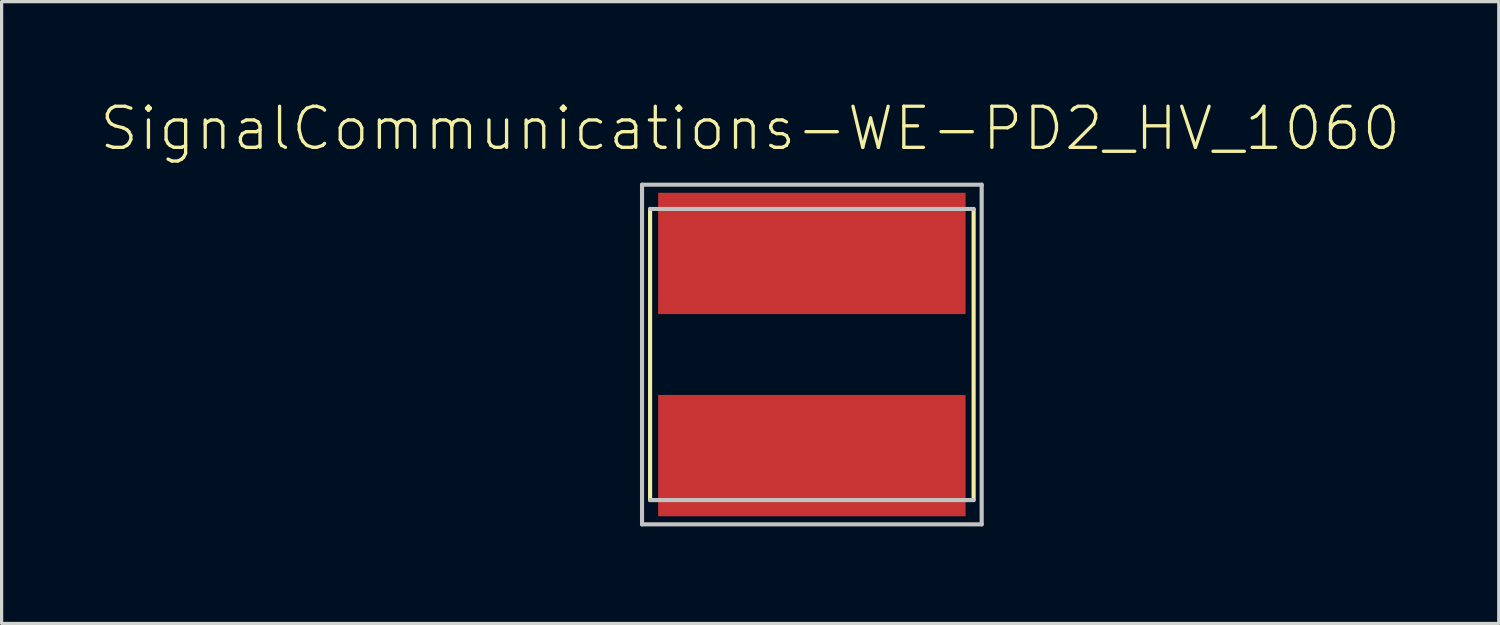
<source format=kicad_pcb>
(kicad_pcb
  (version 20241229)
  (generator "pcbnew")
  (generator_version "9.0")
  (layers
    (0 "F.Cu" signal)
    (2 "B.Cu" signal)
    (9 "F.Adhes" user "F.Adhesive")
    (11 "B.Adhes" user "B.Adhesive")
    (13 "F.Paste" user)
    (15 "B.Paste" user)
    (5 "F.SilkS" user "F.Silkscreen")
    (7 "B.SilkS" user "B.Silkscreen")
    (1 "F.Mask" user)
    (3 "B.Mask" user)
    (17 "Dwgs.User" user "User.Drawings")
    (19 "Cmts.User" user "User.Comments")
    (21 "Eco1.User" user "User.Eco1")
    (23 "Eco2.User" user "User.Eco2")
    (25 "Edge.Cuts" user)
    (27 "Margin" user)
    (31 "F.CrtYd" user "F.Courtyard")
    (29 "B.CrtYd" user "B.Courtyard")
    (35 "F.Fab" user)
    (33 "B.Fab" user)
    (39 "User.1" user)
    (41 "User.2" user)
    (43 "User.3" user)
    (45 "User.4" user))
  (footprint "SignalCommunications-WE-PD2_HV_1060"
    (layer "F.Cu")
    (at 22.039 7.906)
    (property "Reference" "SignalCommunications-WE-PD2_HV_1060" (at -1.905 -6.985 0) (layer "F.SilkS") (effects (font (size 1.27 1.27) (thickness 0.102))))
    (attr smd)
    (fp_line (start -4.999 -4.498) (end -4.999 4.498) (stroke (width 0.127) (type solid)) (layer "F.SilkS"))
    (fp_line (start 4.999 -4.498) (end 4.999 4.498) (stroke (width 0.127) (type solid)) (layer "F.SilkS"))
    (fp_line (start -5.248 -5.248) (end 5.248 -5.248) (stroke (width 0.127) (type solid)) (layer "Dwgs.User"))
    (fp_line (start -5.248 5.248) (end -5.248 -5.248) (stroke (width 0.127) (type solid)) (layer "Dwgs.User"))
    (fp_line (start -5.248 5.248) (end 5.248 5.248) (stroke (width 0.127) (type solid)) (layer "Dwgs.User"))
    (fp_line (start -4.999 -4.498) (end 4.999 -4.498) (stroke (width 0.127) (type solid)) (layer "Dwgs.User"))
    (fp_line (start -4.999 4.498) (end 4.999 4.498) (stroke (width 0.127) (type solid)) (layer "Dwgs.User"))
    (fp_line (start 5.248 5.248) (end 5.248 -5.248) (stroke (width 0.127) (type solid)) (layer "Dwgs.User"))
    (pad "1" smd rect (at 0 -3.124) (size 9.5 3.749) (layers "F.Cu" "F.Mask" "F.Paste"))
    (pad "2" smd rect (at 0 3.124) (size 9.5 3.749) (layers "F.Cu" "F.Mask" "F.Paste")))
  (gr_rect
    (start -3 -3)
    (end 43.267 16.217)
    (stroke (width 0.1) (type default))
    (fill no)
    (layer "Edge.Cuts")))
</source>
